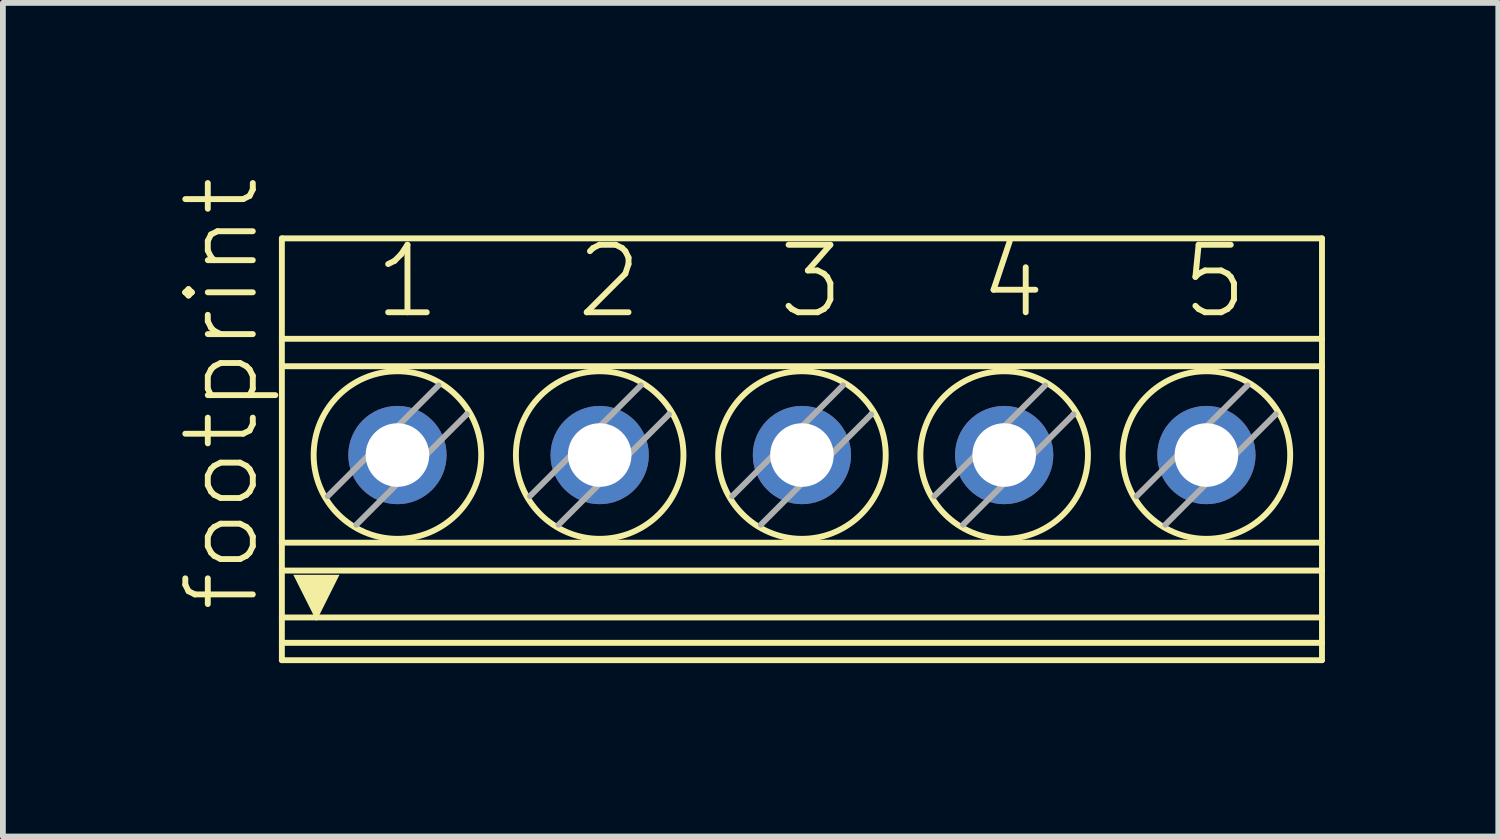
<source format=kicad_pcb>
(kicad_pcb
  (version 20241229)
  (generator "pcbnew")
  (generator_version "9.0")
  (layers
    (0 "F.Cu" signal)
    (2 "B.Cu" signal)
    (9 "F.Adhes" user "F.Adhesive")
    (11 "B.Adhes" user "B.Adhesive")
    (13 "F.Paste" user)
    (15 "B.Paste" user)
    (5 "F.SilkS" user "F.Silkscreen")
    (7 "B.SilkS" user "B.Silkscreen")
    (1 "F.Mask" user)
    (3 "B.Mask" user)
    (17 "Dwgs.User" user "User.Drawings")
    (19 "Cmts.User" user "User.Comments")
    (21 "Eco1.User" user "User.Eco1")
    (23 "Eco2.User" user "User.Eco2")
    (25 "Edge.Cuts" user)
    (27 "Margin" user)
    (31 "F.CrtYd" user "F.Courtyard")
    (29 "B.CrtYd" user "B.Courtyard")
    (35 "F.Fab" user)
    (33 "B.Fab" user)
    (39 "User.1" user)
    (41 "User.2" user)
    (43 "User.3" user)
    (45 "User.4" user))
  (footprint "footprint"
    (layer "F.Cu")
    (at 10.828 4.725)
    (property "Reference" "footprint" (at -9.355 2.857 90) (layer "F.SilkS") (effects (font (size 1.168 1.168) (thickness 0.102)) (justify left bottom)))
    (fp_line (start -9 -3.65) (end -9 -1.912) (stroke (width 0.102) (type solid)) (layer "F.SilkS"))
    (fp_line (start -9 -3.65) (end 9 -3.65) (stroke (width 0.102) (type solid)) (layer "F.SilkS"))
    (fp_line (start -9 -1.912) (end -9 -1.437) (stroke (width 0.102) (type solid)) (layer "F.SilkS"))
    (fp_line (start -9 -1.912) (end 9 -1.912) (stroke (width 0.102) (type solid)) (layer "F.SilkS"))
    (fp_line (start -9 1.616) (end -9 -1.437) (stroke (width 0.102) (type solid)) (layer "F.SilkS"))
    (fp_line (start -9 1.616) (end -9 2.099) (stroke (width 0.102) (type solid)) (layer "F.SilkS"))
    (fp_line (start -9 1.616) (end 9 1.616) (stroke (width 0.102) (type solid)) (layer "F.SilkS"))
    (fp_line (start -9 2.099) (end -9 2.911) (stroke (width 0.102) (type solid)) (layer "F.SilkS"))
    (fp_line (start -9 2.911) (end -9 3.35) (stroke (width 0.102) (type solid)) (layer "F.SilkS"))
    (fp_line (start -9 3.35) (end -9 3.65) (stroke (width 0.102) (type solid)) (layer "F.SilkS"))
    (fp_line (start -9 3.35) (end 9 3.35) (stroke (width 0.102) (type solid)) (layer "F.SilkS"))
    (fp_line (start -9 3.65) (end 9 3.65) (stroke (width 0.102) (type solid)) (layer "F.SilkS"))
    (fp_line (start -5.794 -0.611) (end -5.8 -0.605) (stroke (width 0.102) (type solid)) (layer "F.SilkS"))
    (fp_line (start -2.294 -0.611) (end -2.3 -0.605) (stroke (width 0.102) (type solid)) (layer "F.SilkS"))
    (fp_line (start 1.206 -0.611) (end 1.2 -0.605) (stroke (width 0.102) (type solid)) (layer "F.SilkS"))
    (fp_line (start 4.706 -0.611) (end 4.7 -0.605) (stroke (width 0.102) (type solid)) (layer "F.SilkS"))
    (fp_line (start 8.206 -0.611) (end 8.2 -0.605) (stroke (width 0.102) (type solid)) (layer "F.SilkS"))
    (fp_line (start 9 -3.65) (end 9 -1.912) (stroke (width 0.102) (type solid)) (layer "F.SilkS"))
    (fp_line (start 9 -1.437) (end -9 -1.437) (stroke (width 0.102) (type solid)) (layer "F.SilkS"))
    (fp_line (start 9 -1.437) (end 9 -1.912) (stroke (width 0.102) (type solid)) (layer "F.SilkS"))
    (fp_line (start 9 1.616) (end 9 -1.437) (stroke (width 0.102) (type solid)) (layer "F.SilkS"))
    (fp_line (start 9 1.616) (end 9 2.099) (stroke (width 0.102) (type solid)) (layer "F.SilkS"))
    (fp_line (start 9 2.099) (end -9 2.099) (stroke (width 0.102) (type solid)) (layer "F.SilkS"))
    (fp_line (start 9 2.099) (end 9 2.911) (stroke (width 0.102) (type solid)) (layer "F.SilkS"))
    (fp_line (start 9 2.911) (end -9 2.911) (stroke (width 0.102) (type solid)) (layer "F.SilkS"))
    (fp_line (start 9 2.911) (end 9 3.35) (stroke (width 0.102) (type solid)) (layer "F.SilkS"))
    (fp_line (start 9 3.35) (end 9 3.65) (stroke (width 0.102) (type solid)) (layer "F.SilkS"))
    (fp_circle (center -7 0.1) (end -5.55 0.1) (stroke (width 0.102) (type solid)) (fill no) (layer "F.SilkS"))
    (fp_circle (center -3.5 0.1) (end -2.05 0.1) (stroke (width 0.102) (type solid)) (fill no) (layer "F.SilkS"))
    (fp_circle (center 0 0.1) (end 1.45 0.1) (stroke (width 0.102) (type solid)) (fill no) (layer "F.SilkS"))
    (fp_circle (center 3.5 0.1) (end 4.95 0.1) (stroke (width 0.102) (type solid)) (fill no) (layer "F.SilkS"))
    (fp_circle (center 7 0.1) (end 8.45 0.1) (stroke (width 0.102) (type solid)) (fill no) (layer "F.SilkS"))
    (fp_poly (pts (xy -8.402 2.971) (xy -8.802 2.172) (xy -8.003 2.172)) (stroke (width 0) (type solid)) (fill yes) (layer "F.SilkS"))
    (fp_line (start -8.206 0.811) (end -6.289 -1.106) (stroke (width 0.102) (type solid)) (layer "F.Fab"))
    (fp_line (start -5.8 -0.605) (end -7.711 1.306) (stroke (width 0.102) (type solid)) (layer "F.Fab"))
    (fp_line (start -4.706 0.811) (end -2.789 -1.106) (stroke (width 0.102) (type solid)) (layer "F.Fab"))
    (fp_line (start -2.3 -0.605) (end -4.211 1.306) (stroke (width 0.102) (type solid)) (layer "F.Fab"))
    (fp_line (start -1.206 0.811) (end 0.711 -1.106) (stroke (width 0.102) (type solid)) (layer "F.Fab"))
    (fp_line (start 1.2 -0.605) (end -0.711 1.306) (stroke (width 0.102) (type solid)) (layer "F.Fab"))
    (fp_line (start 2.294 0.811) (end 4.211 -1.106) (stroke (width 0.102) (type solid)) (layer "F.Fab"))
    (fp_line (start 4.7 -0.605) (end 2.789 1.306) (stroke (width 0.102) (type solid)) (layer "F.Fab"))
    (fp_line (start 5.794 0.811) (end 7.711 -1.106) (stroke (width 0.102) (type solid)) (layer "F.Fab"))
    (fp_line (start 8.2 -0.605) (end 6.289 1.306) (stroke (width 0.102) (type solid)) (layer "F.Fab"))
    (fp_text user "2" (at -3.958 -2.223 0) (layer "F.SilkS") (effects (font (size 1.168 1.168) (thickness 0.102)) (justify left bottom)))
    (fp_text user "4" (at 3.027 -2.223 0) (layer "F.SilkS") (effects (font (size 1.168 1.168) (thickness 0.102)) (justify left bottom)))
    (fp_text user "5" (at 6.52 -2.223 0) (layer "F.SilkS") (effects (font (size 1.168 1.168) (thickness 0.102)) (justify left bottom)))
    (fp_text user "3" (at -0.465 -2.223 0) (layer "F.SilkS") (effects (font (size 1.168 1.168) (thickness 0.102)) (justify left bottom)))
    (fp_text user "1" (at -7.45 -2.223 0) (layer "F.SilkS") (effects (font (size 1.168 1.168) (thickness 0.102)) (justify left bottom)))
    (pad "1" thru_hole circle (at -7 0.1 90) (size 1.7 1.7) (drill 1.1) (layers "*.Cu" "*.Mask"))
    (pad "2" thru_hole circle (at -3.5 0.1 90) (size 1.7 1.7) (drill 1.1) (layers "*.Cu" "*.Mask"))
    (pad "3" thru_hole circle (at 0 0.1 90) (size 1.7 1.7) (drill 1.1) (layers "*.Cu" "*.Mask"))
    (pad "4" thru_hole circle (at 3.5 0.1 90) (size 1.7 1.7) (drill 1.1) (layers "*.Cu" "*.Mask"))
    (pad "5" thru_hole circle (at 7 0.1 90) (size 1.7 1.7) (drill 1.1) (layers "*.Cu" "*.Mask")))
  (gr_rect
    (start -3 -3)
    (end 22.879 11.426)
    (stroke (width 0.1) (type default))
    (fill no)
    (layer "Edge.Cuts")))
</source>
